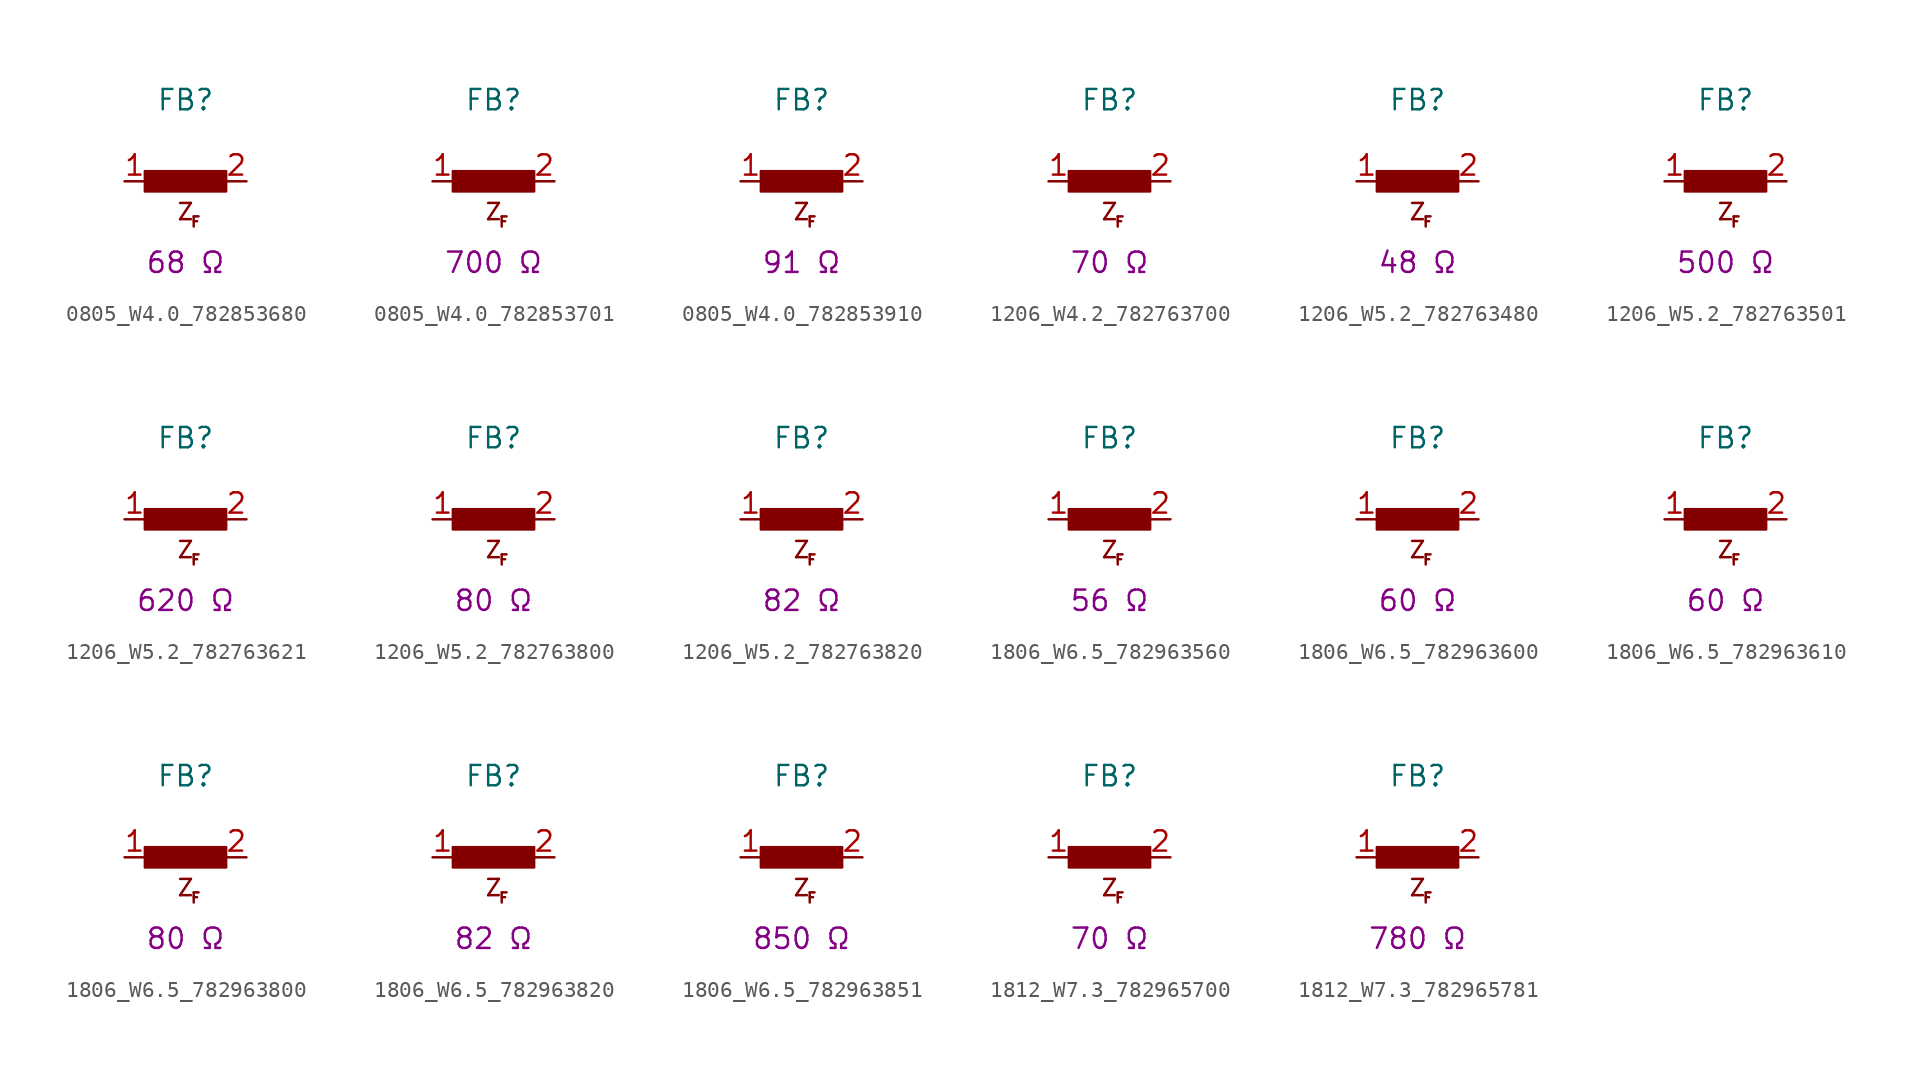
<source format=kicad_sym>
(kicad_symbol_lib
  (version 20220914)
  (generator kicad_symbol_editor)
  (symbol "0805_W4.0_782853680"
    (pin_names hide)
    (property "Reference" "FB"
      (at 0 5.08 0)
      (effects (font (size 1.27 1.27))))
    (property "Critical Parameter" "68 Ω"
      (at 0 -5.08 0)
      (effects (font (size 1.27 1.27))))
    (symbol "0805_W4.0_782853680_0_1"
      (rectangle (start -2.54 0.635) (end 2.54 -0.635) (stroke (width 0) (type default)) (fill (type outline)))
      (text "F" (at 0.635 -2.54 0) (effects (font (size 0.635 0.635))))
      (text "Z" (at 0 -1.905 0) (effects (font (size 1.016 1.016))))
      (pin passive line (at -3.81 0 0) (length 1.27) (name "1" (effects (font (size 1.27 1.27)))) (number "1" (effects (font (size 1.27 1.27)))))
      (pin passive line (at 3.81 0 180) (length 1.27) (name "2" (effects (font (size 1.27 1.27)))) (number "2" (effects (font (size 1.27 1.27)))))))
  (symbol "0805_W4.0_782853701"
    (pin_names hide)
    (property "Reference" "FB"
      (at 0 5.08 0)
      (effects (font (size 1.27 1.27))))
    (property "Critical Parameter" "700 Ω"
      (at 0 -5.08 0)
      (effects (font (size 1.27 1.27))))
    (symbol "0805_W4.0_782853701_0_1"
      (rectangle (start -2.54 0.635) (end 2.54 -0.635) (stroke (width 0) (type default)) (fill (type outline)))
      (text "F" (at 0.635 -2.54 0) (effects (font (size 0.635 0.635))))
      (text "Z" (at 0 -1.905 0) (effects (font (size 1.016 1.016))))
      (pin passive line (at -3.81 0 0) (length 1.27) (name "1" (effects (font (size 1.27 1.27)))) (number "1" (effects (font (size 1.27 1.27)))))
      (pin passive line (at 3.81 0 180) (length 1.27) (name "2" (effects (font (size 1.27 1.27)))) (number "2" (effects (font (size 1.27 1.27)))))))
  (symbol "0805_W4.0_782853910"
    (pin_names hide)
    (property "Reference" "FB"
      (at 0 5.08 0)
      (effects (font (size 1.27 1.27))))
    (property "Critical Parameter" "91 Ω"
      (at 0 -5.08 0)
      (effects (font (size 1.27 1.27))))
    (symbol "0805_W4.0_782853910_0_1"
      (rectangle (start -2.54 0.635) (end 2.54 -0.635) (stroke (width 0) (type default)) (fill (type outline)))
      (text "F" (at 0.635 -2.54 0) (effects (font (size 0.635 0.635))))
      (text "Z" (at 0 -1.905 0) (effects (font (size 1.016 1.016))))
      (pin passive line (at -3.81 0 0) (length 1.27) (name "1" (effects (font (size 1.27 1.27)))) (number "1" (effects (font (size 1.27 1.27)))))
      (pin passive line (at 3.81 0 180) (length 1.27) (name "2" (effects (font (size 1.27 1.27)))) (number "2" (effects (font (size 1.27 1.27)))))))
  (symbol "1206_W4.2_782763700"
    (pin_names hide)
    (property "Reference" "FB"
      (at 0 5.08 0)
      (effects (font (size 1.27 1.27))))
    (property "Critical Parameter" "70 Ω"
      (at 0 -5.08 0)
      (effects (font (size 1.27 1.27))))
    (symbol "1206_W4.2_782763700_0_1"
      (rectangle (start -2.54 0.635) (end 2.54 -0.635) (stroke (width 0) (type default)) (fill (type outline)))
      (text "F" (at 0.635 -2.54 0) (effects (font (size 0.635 0.635))))
      (text "Z" (at 0 -1.905 0) (effects (font (size 1.016 1.016))))
      (pin passive line (at -3.81 0 0) (length 1.27) (name "1" (effects (font (size 1.27 1.27)))) (number "1" (effects (font (size 1.27 1.27)))))
      (pin passive line (at 3.81 0 180) (length 1.27) (name "2" (effects (font (size 1.27 1.27)))) (number "2" (effects (font (size 1.27 1.27)))))))
  (symbol "1206_W5.2_782763480"
    (pin_names hide)
    (property "Reference" "FB"
      (at 0 5.08 0)
      (effects (font (size 1.27 1.27))))
    (property "Critical Parameter" "48 Ω"
      (at 0 -5.08 0)
      (effects (font (size 1.27 1.27))))
    (symbol "1206_W5.2_782763480_0_1"
      (rectangle (start -2.54 0.635) (end 2.54 -0.635) (stroke (width 0) (type default)) (fill (type outline)))
      (text "F" (at 0.635 -2.54 0) (effects (font (size 0.635 0.635))))
      (text "Z" (at 0 -1.905 0) (effects (font (size 1.016 1.016))))
      (pin passive line (at -3.81 0 0) (length 1.27) (name "1" (effects (font (size 1.27 1.27)))) (number "1" (effects (font (size 1.27 1.27)))))
      (pin passive line (at 3.81 0 180) (length 1.27) (name "2" (effects (font (size 1.27 1.27)))) (number "2" (effects (font (size 1.27 1.27)))))))
  (symbol "1206_W5.2_782763501"
    (pin_names hide)
    (property "Reference" "FB"
      (at 0 5.08 0)
      (effects (font (size 1.27 1.27))))
    (property "Critical Parameter" "500 Ω"
      (at 0 -5.08 0)
      (effects (font (size 1.27 1.27))))
    (symbol "1206_W5.2_782763501_0_1"
      (rectangle (start -2.54 0.635) (end 2.54 -0.635) (stroke (width 0) (type default)) (fill (type outline)))
      (text "F" (at 0.635 -2.54 0) (effects (font (size 0.635 0.635))))
      (text "Z" (at 0 -1.905 0) (effects (font (size 1.016 1.016))))
      (pin passive line (at -3.81 0 0) (length 1.27) (name "1" (effects (font (size 1.27 1.27)))) (number "1" (effects (font (size 1.27 1.27)))))
      (pin passive line (at 3.81 0 180) (length 1.27) (name "2" (effects (font (size 1.27 1.27)))) (number "2" (effects (font (size 1.27 1.27)))))))
  (symbol "1206_W5.2_782763621"
    (pin_names hide)
    (property "Reference" "FB"
      (at 0 5.08 0)
      (effects (font (size 1.27 1.27))))
    (property "Critical Parameter" "620 Ω"
      (at 0 -5.08 0)
      (effects (font (size 1.27 1.27))))
    (symbol "1206_W5.2_782763621_0_1"
      (rectangle (start -2.54 0.635) (end 2.54 -0.635) (stroke (width 0) (type default)) (fill (type outline)))
      (text "F" (at 0.635 -2.54 0) (effects (font (size 0.635 0.635))))
      (text "Z" (at 0 -1.905 0) (effects (font (size 1.016 1.016))))
      (pin passive line (at -3.81 0 0) (length 1.27) (name "1" (effects (font (size 1.27 1.27)))) (number "1" (effects (font (size 1.27 1.27)))))
      (pin passive line (at 3.81 0 180) (length 1.27) (name "2" (effects (font (size 1.27 1.27)))) (number "2" (effects (font (size 1.27 1.27)))))))
  (symbol "1206_W5.2_782763800"
    (pin_names hide)
    (property "Reference" "FB"
      (at 0 5.08 0)
      (effects (font (size 1.27 1.27))))
    (property "Critical Parameter" "80 Ω"
      (at 0 -5.08 0)
      (effects (font (size 1.27 1.27))))
    (symbol "1206_W5.2_782763800_0_1"
      (rectangle (start -2.54 0.635) (end 2.54 -0.635) (stroke (width 0) (type default)) (fill (type outline)))
      (text "F" (at 0.635 -2.54 0) (effects (font (size 0.635 0.635))))
      (text "Z" (at 0 -1.905 0) (effects (font (size 1.016 1.016))))
      (pin passive line (at -3.81 0 0) (length 1.27) (name "1" (effects (font (size 1.27 1.27)))) (number "1" (effects (font (size 1.27 1.27)))))
      (pin passive line (at 3.81 0 180) (length 1.27) (name "2" (effects (font (size 1.27 1.27)))) (number "2" (effects (font (size 1.27 1.27)))))))
  (symbol "1206_W5.2_782763820"
    (pin_names hide)
    (property "Reference" "FB"
      (at 0 5.08 0)
      (effects (font (size 1.27 1.27))))
    (property "Critical Parameter" "82 Ω"
      (at 0 -5.08 0)
      (effects (font (size 1.27 1.27))))
    (symbol "1206_W5.2_782763820_0_1"
      (rectangle (start -2.54 0.635) (end 2.54 -0.635) (stroke (width 0) (type default)) (fill (type outline)))
      (text "F" (at 0.635 -2.54 0) (effects (font (size 0.635 0.635))))
      (text "Z" (at 0 -1.905 0) (effects (font (size 1.016 1.016))))
      (pin passive line (at -3.81 0 0) (length 1.27) (name "1" (effects (font (size 1.27 1.27)))) (number "1" (effects (font (size 1.27 1.27)))))
      (pin passive line (at 3.81 0 180) (length 1.27) (name "2" (effects (font (size 1.27 1.27)))) (number "2" (effects (font (size 1.27 1.27)))))))
  (symbol "1806_W6.5_782963560"
    (pin_names hide)
    (property "Reference" "FB"
      (at 0 5.08 0)
      (effects (font (size 1.27 1.27))))
    (property "Critical Parameter" "56 Ω"
      (at 0 -5.08 0)
      (effects (font (size 1.27 1.27))))
    (symbol "1806_W6.5_782963560_0_1"
      (rectangle (start -2.54 0.635) (end 2.54 -0.635) (stroke (width 0) (type default)) (fill (type outline)))
      (text "F" (at 0.635 -2.54 0) (effects (font (size 0.635 0.635))))
      (text "Z" (at 0 -1.905 0) (effects (font (size 1.016 1.016))))
      (pin passive line (at -3.81 0 0) (length 1.27) (name "1" (effects (font (size 1.27 1.27)))) (number "1" (effects (font (size 1.27 1.27)))))
      (pin passive line (at 3.81 0 180) (length 1.27) (name "2" (effects (font (size 1.27 1.27)))) (number "2" (effects (font (size 1.27 1.27)))))))
  (symbol "1806_W6.5_782963600"
    (pin_names hide)
    (property "Reference" "FB"
      (at 0 5.08 0)
      (effects (font (size 1.27 1.27))))
    (property "Critical Parameter" "60 Ω"
      (at 0 -5.08 0)
      (effects (font (size 1.27 1.27))))
    (symbol "1806_W6.5_782963600_0_1"
      (rectangle (start -2.54 0.635) (end 2.54 -0.635) (stroke (width 0) (type default)) (fill (type outline)))
      (text "F" (at 0.635 -2.54 0) (effects (font (size 0.635 0.635))))
      (text "Z" (at 0 -1.905 0) (effects (font (size 1.016 1.016))))
      (pin passive line (at -3.81 0 0) (length 1.27) (name "1" (effects (font (size 1.27 1.27)))) (number "1" (effects (font (size 1.27 1.27)))))
      (pin passive line (at 3.81 0 180) (length 1.27) (name "2" (effects (font (size 1.27 1.27)))) (number "2" (effects (font (size 1.27 1.27)))))))
  (symbol "1806_W6.5_782963610"
    (pin_names hide)
    (property "Reference" "FB"
      (at 0 5.08 0)
      (effects (font (size 1.27 1.27))))
    (property "Critical Parameter" "60 Ω"
      (at 0 -5.08 0)
      (effects (font (size 1.27 1.27))))
    (symbol "1806_W6.5_782963610_0_1"
      (rectangle (start -2.54 0.635) (end 2.54 -0.635) (stroke (width 0) (type default)) (fill (type outline)))
      (text "F" (at 0.635 -2.54 0) (effects (font (size 0.635 0.635))))
      (text "Z" (at 0 -1.905 0) (effects (font (size 1.016 1.016))))
      (pin passive line (at -3.81 0 0) (length 1.27) (name "1" (effects (font (size 1.27 1.27)))) (number "1" (effects (font (size 1.27 1.27)))))
      (pin passive line (at 3.81 0 180) (length 1.27) (name "2" (effects (font (size 1.27 1.27)))) (number "2" (effects (font (size 1.27 1.27)))))))
  (symbol "1806_W6.5_782963800"
    (pin_names hide)
    (property "Reference" "FB"
      (at 0 5.08 0)
      (effects (font (size 1.27 1.27))))
    (property "Critical Parameter" "80 Ω"
      (at 0 -5.08 0)
      (effects (font (size 1.27 1.27))))
    (symbol "1806_W6.5_782963800_0_1"
      (rectangle (start -2.54 0.635) (end 2.54 -0.635) (stroke (width 0) (type default)) (fill (type outline)))
      (text "F" (at 0.635 -2.54 0) (effects (font (size 0.635 0.635))))
      (text "Z" (at 0 -1.905 0) (effects (font (size 1.016 1.016))))
      (pin passive line (at -3.81 0 0) (length 1.27) (name "1" (effects (font (size 1.27 1.27)))) (number "1" (effects (font (size 1.27 1.27)))))
      (pin passive line (at 3.81 0 180) (length 1.27) (name "2" (effects (font (size 1.27 1.27)))) (number "2" (effects (font (size 1.27 1.27)))))))
  (symbol "1806_W6.5_782963820"
    (pin_names hide)
    (property "Reference" "FB"
      (at 0 5.08 0)
      (effects (font (size 1.27 1.27))))
    (property "Critical Parameter" "82 Ω"
      (at 0 -5.08 0)
      (effects (font (size 1.27 1.27))))
    (symbol "1806_W6.5_782963820_0_1"
      (rectangle (start -2.54 0.635) (end 2.54 -0.635) (stroke (width 0) (type default)) (fill (type outline)))
      (text "F" (at 0.635 -2.54 0) (effects (font (size 0.635 0.635))))
      (text "Z" (at 0 -1.905 0) (effects (font (size 1.016 1.016))))
      (pin passive line (at -3.81 0 0) (length 1.27) (name "1" (effects (font (size 1.27 1.27)))) (number "1" (effects (font (size 1.27 1.27)))))
      (pin passive line (at 3.81 0 180) (length 1.27) (name "2" (effects (font (size 1.27 1.27)))) (number "2" (effects (font (size 1.27 1.27)))))))
  (symbol "1806_W6.5_782963851"
    (pin_names hide)
    (property "Reference" "FB"
      (at 0 5.08 0)
      (effects (font (size 1.27 1.27))))
    (property "Critical Parameter" "850 Ω"
      (at 0 -5.08 0)
      (effects (font (size 1.27 1.27))))
    (symbol "1806_W6.5_782963851_0_1"
      (rectangle (start -2.54 0.635) (end 2.54 -0.635) (stroke (width 0) (type default)) (fill (type outline)))
      (text "F" (at 0.635 -2.54 0) (effects (font (size 0.635 0.635))))
      (text "Z" (at 0 -1.905 0) (effects (font (size 1.016 1.016))))
      (pin passive line (at -3.81 0 0) (length 1.27) (name "1" (effects (font (size 1.27 1.27)))) (number "1" (effects (font (size 1.27 1.27)))))
      (pin passive line (at 3.81 0 180) (length 1.27) (name "2" (effects (font (size 1.27 1.27)))) (number "2" (effects (font (size 1.27 1.27)))))))
  (symbol "1812_W7.3_782965700"
    (pin_names hide)
    (property "Reference" "FB"
      (at 0 5.08 0)
      (effects (font (size 1.27 1.27))))
    (property "Critical Parameter" "70 Ω"
      (at 0 -5.08 0)
      (effects (font (size 1.27 1.27))))
    (symbol "1812_W7.3_782965700_0_1"
      (rectangle (start -2.54 0.635) (end 2.54 -0.635) (stroke (width 0) (type default)) (fill (type outline)))
      (text "F" (at 0.635 -2.54 0) (effects (font (size 0.635 0.635))))
      (text "Z" (at 0 -1.905 0) (effects (font (size 1.016 1.016))))
      (pin passive line (at -3.81 0 0) (length 1.27) (name "1" (effects (font (size 1.27 1.27)))) (number "1" (effects (font (size 1.27 1.27)))))
      (pin passive line (at 3.81 0 180) (length 1.27) (name "2" (effects (font (size 1.27 1.27)))) (number "2" (effects (font (size 1.27 1.27)))))))
  (symbol "1812_W7.3_782965781"
    (pin_names hide)
    (property "Reference" "FB"
      (at 0 5.08 0)
      (effects (font (size 1.27 1.27))))
    (property "Critical Parameter" "780 Ω"
      (at 0 -5.08 0)
      (effects (font (size 1.27 1.27))))
    (symbol "1812_W7.3_782965781_0_1"
      (rectangle (start -2.54 0.635) (end 2.54 -0.635) (stroke (width 0) (type default)) (fill (type outline)))
      (text "F" (at 0.635 -2.54 0) (effects (font (size 0.635 0.635))))
      (text "Z" (at 0 -1.905 0) (effects (font (size 1.016 1.016))))
      (pin passive line (at -3.81 0 0) (length 1.27) (name "1" (effects (font (size 1.27 1.27)))) (number "1" (effects (font (size 1.27 1.27)))))
      (pin passive line (at 3.81 0 180) (length 1.27) (name "2" (effects (font (size 1.27 1.27)))) (number "2" (effects (font (size 1.27 1.27))))))))
</source>
